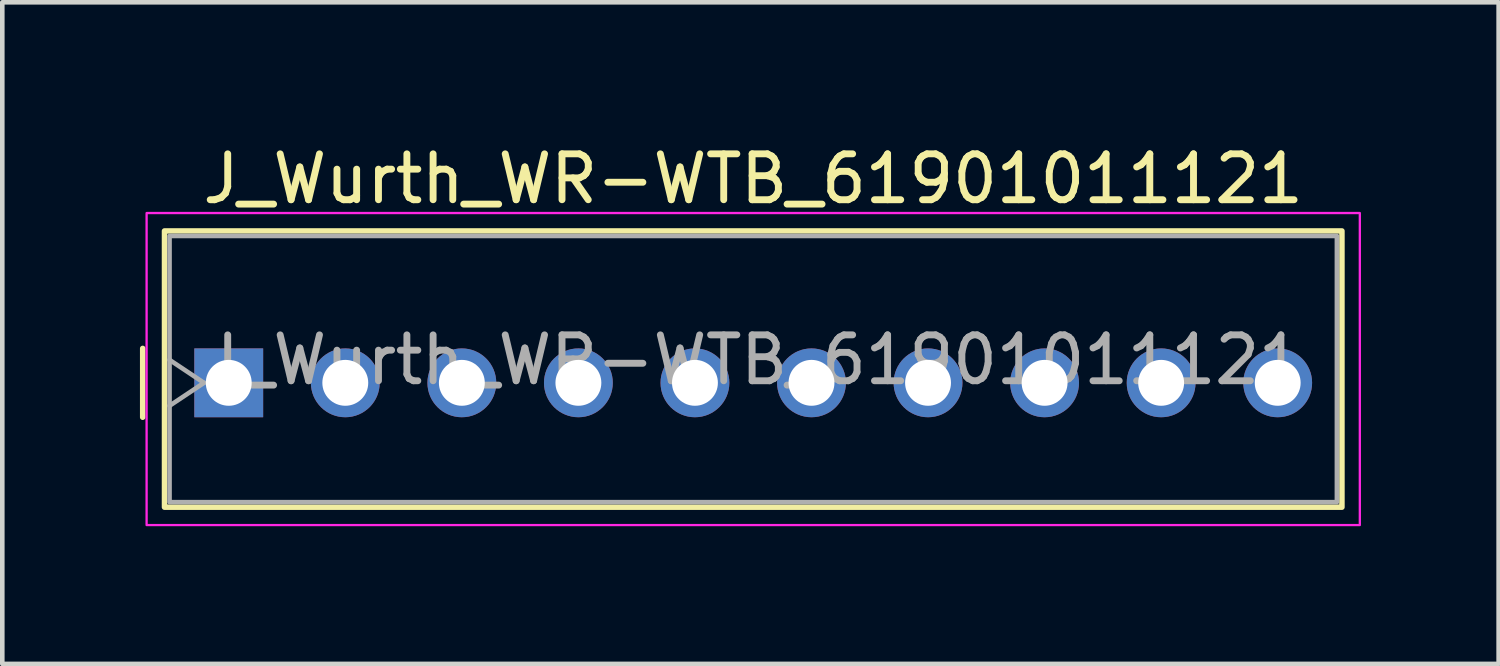
<source format=kicad_pcb>
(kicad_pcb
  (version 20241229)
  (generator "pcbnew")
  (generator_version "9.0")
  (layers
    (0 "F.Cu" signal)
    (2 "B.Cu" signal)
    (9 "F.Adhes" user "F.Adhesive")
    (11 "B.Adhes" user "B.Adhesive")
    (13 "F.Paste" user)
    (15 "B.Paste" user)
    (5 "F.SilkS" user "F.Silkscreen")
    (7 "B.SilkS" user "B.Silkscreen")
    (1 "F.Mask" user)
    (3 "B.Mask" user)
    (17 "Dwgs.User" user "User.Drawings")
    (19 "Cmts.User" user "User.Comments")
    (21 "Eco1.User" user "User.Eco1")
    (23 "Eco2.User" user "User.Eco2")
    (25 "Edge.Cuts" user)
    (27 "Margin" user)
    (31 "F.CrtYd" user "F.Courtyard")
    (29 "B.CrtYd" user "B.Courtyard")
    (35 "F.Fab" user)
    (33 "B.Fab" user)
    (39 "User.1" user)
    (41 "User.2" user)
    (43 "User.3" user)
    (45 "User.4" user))
  (footprint "J_Wurth_WR-WTB_61901011121"
    (layer "F.Cu")
    (at 1.935 5.293)
    (property "Reference" "J_Wurth_WR-WTB_61901011121" (at 11.43 -4.445 0) (unlocked yes) (layer "F.SilkS") (effects (font (size 1 1) (thickness 0.15))))
    (attr through_hole)
    (fp_line (start -1.875 -0.75) (end -1.875 0.75) (stroke (width 0.12) (type solid)) (layer "F.SilkS"))
    (fp_rect (start -1.4 -3.31) (end 24.26 2.71) (stroke (width 0.12) (type solid)) (fill no) (layer "F.SilkS"))
    (fp_rect (start -1.79 -3.7) (end 24.65 3.1) (stroke (width 0.05) (type solid)) (fill no) (layer "F.CrtYd"))
    (fp_line (start -0.54 0) (end -1.29 -0.5) (stroke (width 0.1) (type solid)) (layer "F.Fab"))
    (fp_line (start -0.54 0) (end -1.29 0.5) (stroke (width 0.1) (type solid)) (layer "F.Fab"))
    (fp_rect (start -1.29 -3.2) (end 24.15 2.6) (stroke (width 0.1) (type solid)) (fill no) (layer "F.Fab"))
    (fp_text user "${REFERENCE}" (at 11.43 -0.5 0) (unlocked yes) (layer "F.Fab") (effects (font (size 1 1) (thickness 0.15))))
    (pad "1" thru_hole rect (at 0 0 180) (size 1.5 1.5) (drill 1) (layers "*.Cu" "*.Mask"))
    (pad "2" thru_hole circle (at 2.54 0 180) (size 1.5 1.5) (drill 1) (layers "*.Cu" "*.Mask"))
    (pad "3" thru_hole circle (at 5.08 0 180) (size 1.5 1.5) (drill 1) (layers "*.Cu" "*.Mask"))
    (pad "4" thru_hole circle (at 7.62 0 180) (size 1.5 1.5) (drill 1) (layers "*.Cu" "*.Mask"))
    (pad "5" thru_hole circle (at 10.16 0 180) (size 1.5 1.5) (drill 1) (layers "*.Cu" "*.Mask"))
    (pad "6" thru_hole circle (at 12.7 0 180) (size 1.5 1.5) (drill 1) (layers "*.Cu" "*.Mask"))
    (pad "7" thru_hole circle (at 15.24 0 180) (size 1.5 1.5) (drill 1) (layers "*.Cu" "*.Mask"))
    (pad "8" thru_hole circle (at 17.78 0 180) (size 1.5 1.5) (drill 1) (layers "*.Cu" "*.Mask"))
    (pad "9" thru_hole circle (at 20.32 0 180) (size 1.5 1.5) (drill 1) (layers "*.Cu" "*.Mask"))
    (pad "10" thru_hole circle (at 22.86 0 180) (size 1.5 1.5) (drill 1) (layers "*.Cu" "*.Mask")))
  (gr_rect
    (start -3 -3)
    (end 29.61 11.418)
    (stroke (width 0.1) (type default))
    (fill no)
    (layer "Edge.Cuts")))
</source>
